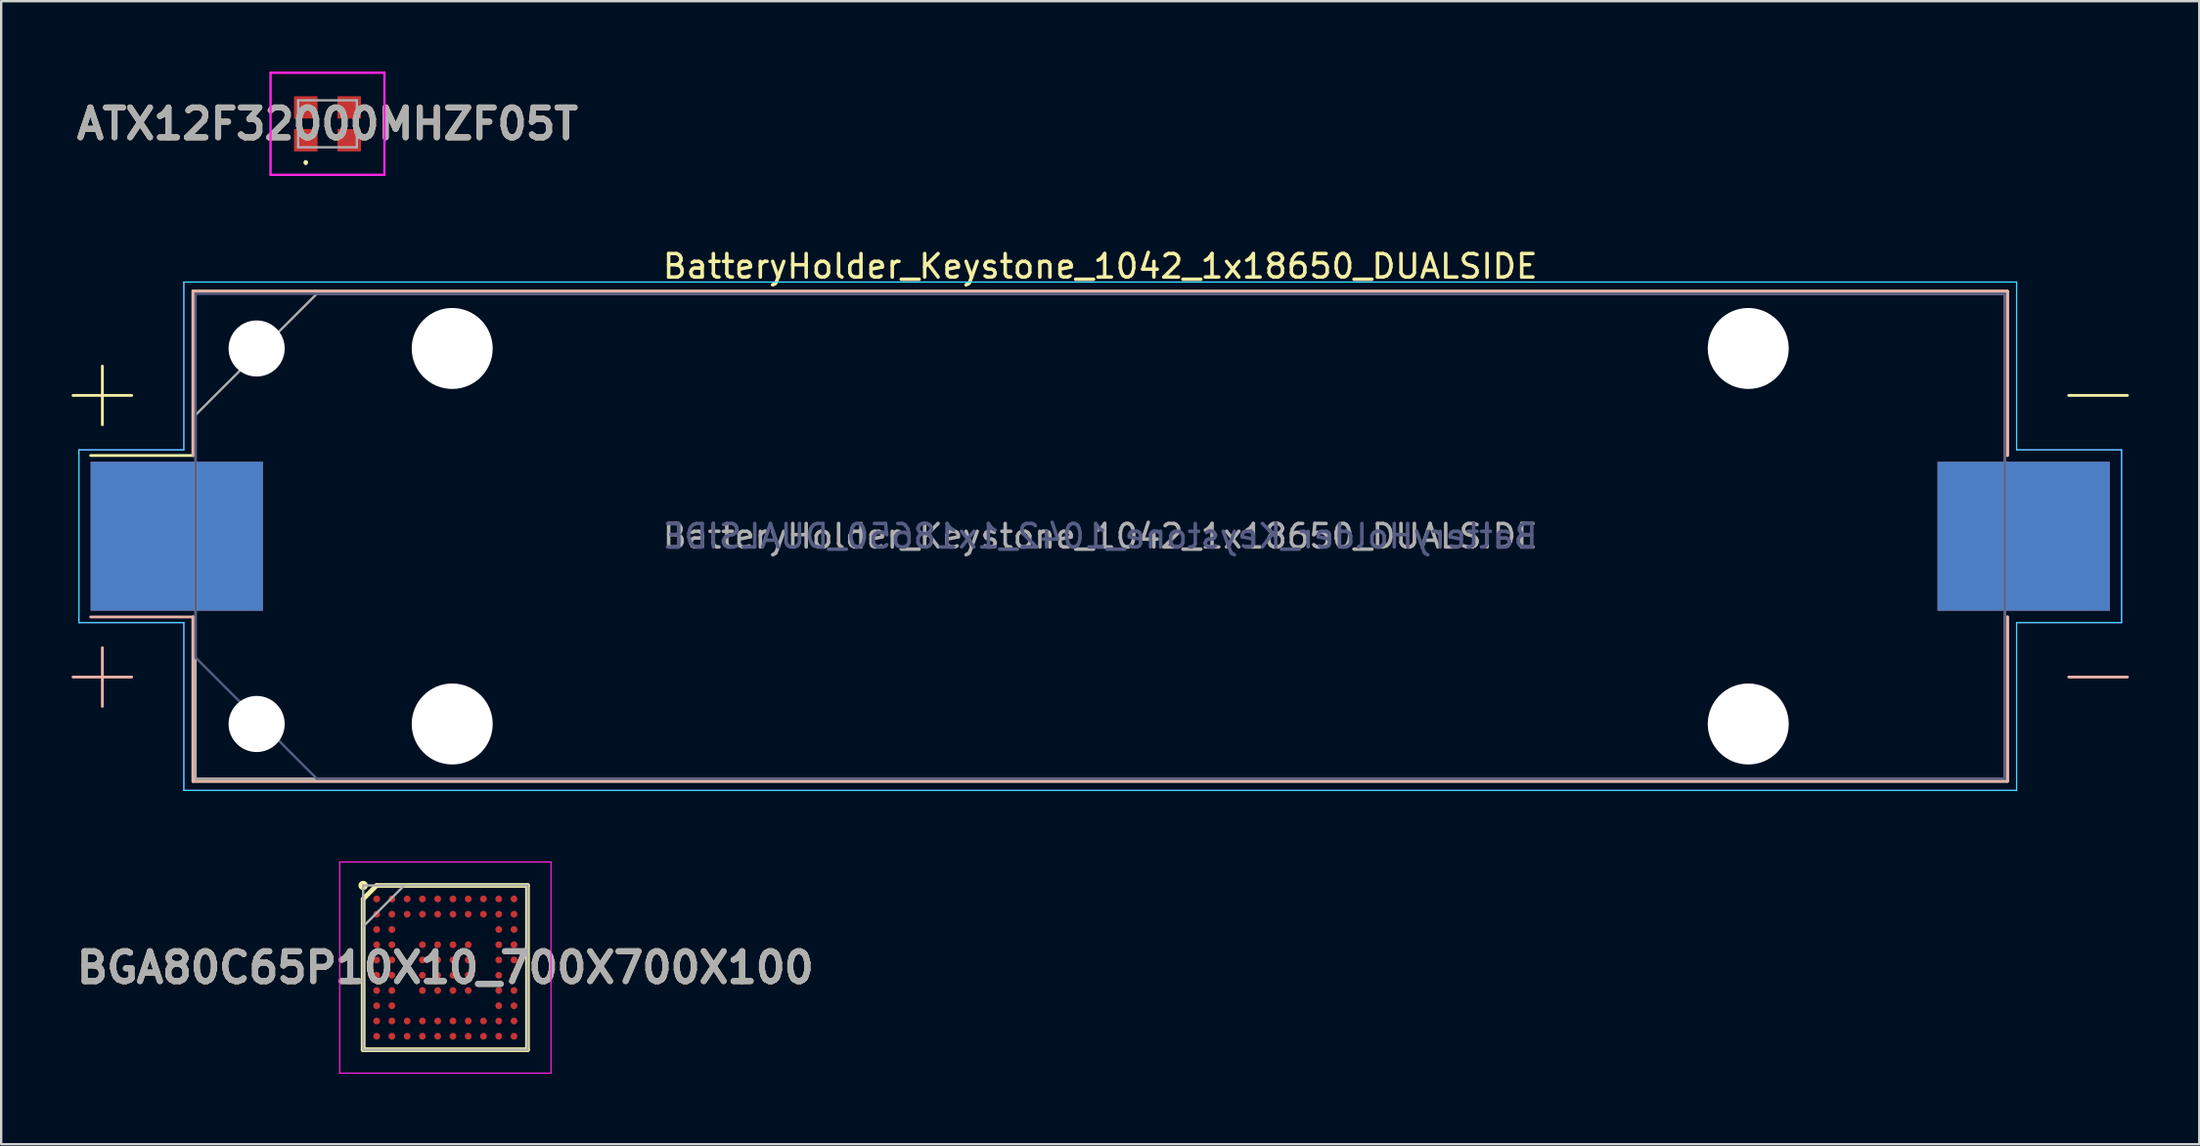
<source format=kicad_pcb>
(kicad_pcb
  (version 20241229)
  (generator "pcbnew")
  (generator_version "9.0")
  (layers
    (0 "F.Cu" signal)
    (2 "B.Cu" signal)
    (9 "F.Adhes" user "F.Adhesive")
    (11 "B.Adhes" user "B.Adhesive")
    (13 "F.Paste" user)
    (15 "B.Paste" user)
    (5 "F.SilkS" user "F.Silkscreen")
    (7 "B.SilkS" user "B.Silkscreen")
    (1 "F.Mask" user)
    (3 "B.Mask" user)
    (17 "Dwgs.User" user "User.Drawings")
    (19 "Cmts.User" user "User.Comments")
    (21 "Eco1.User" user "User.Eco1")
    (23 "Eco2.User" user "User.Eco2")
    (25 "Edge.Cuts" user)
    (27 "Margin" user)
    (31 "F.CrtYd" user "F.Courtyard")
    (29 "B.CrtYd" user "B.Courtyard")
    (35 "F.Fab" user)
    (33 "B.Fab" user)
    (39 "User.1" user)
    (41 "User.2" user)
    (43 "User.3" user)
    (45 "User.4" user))
  (footprint "BatteryHolder_Keystone_1042_1x18650_DUALSIDE"
    (layer "F.Cu")
    (at 43.81 19.798)
    (property "Reference" "BatteryHolder_Keystone_1042_1x18650_DUALSIDE" (at 0 -11.5 0) (layer "F.SilkS") (effects (font (size 1 1) (thickness 0.15))))
    (attr smd)
    (fp_line (start -43.75 -6) (end -41.25 -6) (stroke (width 0.12) (type solid)) (layer "F.SilkS"))
    (fp_line (start -42.5 -4.75) (end -42.5 -7.25) (stroke (width 0.12) (type solid)) (layer "F.SilkS"))
    (fp_line (start -38.64 -10.44) (end -38.64 -3.44) (stroke (width 0.12) (type solid)) (layer "F.SilkS"))
    (fp_line (start -38.64 -3.44) (end -43 -3.44) (stroke (width 0.12) (type solid)) (layer "F.SilkS"))
    (fp_line (start -38.64 10.44) (end -38.64 3.44) (stroke (width 0.12) (type solid)) (layer "F.SilkS"))
    (fp_line (start 38.64 -10.44) (end -38.64 -10.44) (stroke (width 0.12) (type solid)) (layer "F.SilkS"))
    (fp_line (start 38.64 -3.44) (end 38.64 -10.42) (stroke (width 0.12) (type solid)) (layer "F.SilkS"))
    (fp_line (start 38.64 3.44) (end 38.64 10.44) (stroke (width 0.12) (type solid)) (layer "F.SilkS"))
    (fp_line (start 38.64 10.44) (end -38.64 10.44) (stroke (width 0.12) (type solid)) (layer "F.SilkS"))
    (fp_line (start 43.75 -6) (end 41.25 -6) (stroke (width 0.12) (type solid)) (layer "F.SilkS"))
    (fp_line (start -43.75 6) (end -41.25 6) (stroke (width 0.12) (type solid)) (layer "B.SilkS"))
    (fp_line (start -42.5 4.75) (end -42.5 7.25) (stroke (width 0.12) (type solid)) (layer "B.SilkS"))
    (fp_line (start -38.64 -10.44) (end -38.64 -3.44) (stroke (width 0.12) (type solid)) (layer "B.SilkS"))
    (fp_line (start -38.64 3.44) (end -43 3.44) (stroke (width 0.12) (type solid)) (layer "B.SilkS"))
    (fp_line (start -38.64 10.44) (end -38.64 3.44) (stroke (width 0.12) (type solid)) (layer "B.SilkS"))
    (fp_line (start 38.64 -10.44) (end -38.64 -10.44) (stroke (width 0.12) (type solid)) (layer "B.SilkS"))
    (fp_line (start 38.64 -3.44) (end 38.64 -10.44) (stroke (width 0.12) (type solid)) (layer "B.SilkS"))
    (fp_line (start 38.64 3.44) (end 38.64 10.42) (stroke (width 0.12) (type solid)) (layer "B.SilkS"))
    (fp_line (start 38.64 10.44) (end -38.64 10.44) (stroke (width 0.12) (type solid)) (layer "B.SilkS"))
    (fp_line (start 43.75 6) (end 41.25 6) (stroke (width 0.12) (type solid)) (layer "B.SilkS"))
    (fp_line (start -43.5 -3.68) (end -43.5 3.68) (stroke (width 0.05) (type solid)) (layer "B.CrtYd"))
    (fp_line (start -43.5 3.68) (end -39.03 3.68) (stroke (width 0.05) (type solid)) (layer "B.CrtYd"))
    (fp_line (start -39.03 -10.83) (end -39.03 -3.68) (stroke (width 0.05) (type solid)) (layer "B.CrtYd"))
    (fp_line (start -39.03 -10.83) (end 39.03 -10.83) (stroke (width 0.05) (type solid)) (layer "B.CrtYd"))
    (fp_line (start -39.03 -3.68) (end -43.5 -3.68) (stroke (width 0.05) (type solid)) (layer "B.CrtYd"))
    (fp_line (start -39.03 10.83) (end -39.03 3.68) (stroke (width 0.05) (type solid)) (layer "B.CrtYd"))
    (fp_line (start -39.03 10.83) (end 39.03 10.83) (stroke (width 0.05) (type solid)) (layer "B.CrtYd"))
    (fp_line (start 39.03 -10.83) (end 39.03 -3.68) (stroke (width 0.05) (type solid)) (layer "B.CrtYd"))
    (fp_line (start 39.03 -3.68) (end 43.5 -3.68) (stroke (width 0.05) (type solid)) (layer "B.CrtYd"))
    (fp_line (start 39.03 10.83) (end 39.03 3.68) (stroke (width 0.05) (type solid)) (layer "B.CrtYd"))
    (fp_line (start 43.5 -3.68) (end 43.5 3.68) (stroke (width 0.05) (type solid)) (layer "B.CrtYd"))
    (fp_line (start 43.5 3.68) (end 39.03 3.68) (stroke (width 0.05) (type solid)) (layer "B.CrtYd"))
    (fp_line (start -43.5 -3.68) (end -39.03 -3.68) (stroke (width 0.05) (type solid)) (layer "F.CrtYd"))
    (fp_line (start -43.5 3.68) (end -43.5 -3.68) (stroke (width 0.05) (type solid)) (layer "F.CrtYd"))
    (fp_line (start -39.03 -10.83) (end -39.03 -3.68) (stroke (width 0.05) (type solid)) (layer "F.CrtYd"))
    (fp_line (start -39.03 -10.83) (end 39.03 -10.83) (stroke (width 0.05) (type solid)) (layer "F.CrtYd"))
    (fp_line (start -39.03 3.68) (end -43.5 3.68) (stroke (width 0.05) (type solid)) (layer "F.CrtYd"))
    (fp_line (start -39.03 10.83) (end -39.03 3.68) (stroke (width 0.05) (type solid)) (layer "F.CrtYd"))
    (fp_line (start -39.03 10.83) (end 39.03 10.83) (stroke (width 0.05) (type solid)) (layer "F.CrtYd"))
    (fp_line (start 39.03 -10.83) (end 39.03 -3.68) (stroke (width 0.05) (type solid)) (layer "F.CrtYd"))
    (fp_line (start 39.03 3.68) (end 43.5 3.68) (stroke (width 0.05) (type solid)) (layer "F.CrtYd"))
    (fp_line (start 39.03 10.83) (end 39.03 3.68) (stroke (width 0.05) (type solid)) (layer "F.CrtYd"))
    (fp_line (start 43.5 -3.68) (end 39.03 -3.68) (stroke (width 0.05) (type solid)) (layer "F.CrtYd"))
    (fp_line (start 43.5 3.68) (end 43.5 -3.68) (stroke (width 0.05) (type solid)) (layer "F.CrtYd"))
    (fp_line (start -38.53 -10.33) (end 38.53 -10.33) (stroke (width 0.1) (type solid)) (layer "B.Fab"))
    (fp_line (start -38.53 5.168) (end -38.53 -10.33) (stroke (width 0.1) (type solid)) (layer "B.Fab"))
    (fp_line (start -33.367 10.33) (end -38.53 5.168) (stroke (width 0.1) (type solid)) (layer "B.Fab"))
    (fp_line (start -33.367 10.33) (end 38.53 10.33) (stroke (width 0.1) (type solid)) (layer "B.Fab"))
    (fp_line (start 38.53 10.33) (end 38.53 -10.33) (stroke (width 0.1) (type solid)) (layer "B.Fab"))
    (fp_line (start -38.53 -5.168) (end -38.53 10.33) (stroke (width 0.1) (type solid)) (layer "F.Fab"))
    (fp_line (start -38.53 10.33) (end 38.53 10.33) (stroke (width 0.1) (type solid)) (layer "F.Fab"))
    (fp_line (start -33.367 -10.33) (end -38.53 -5.168) (stroke (width 0.1) (type solid)) (layer "F.Fab"))
    (fp_line (start -33.367 -10.33) (end 38.53 -10.33) (stroke (width 0.1) (type solid)) (layer "F.Fab"))
    (fp_line (start 38.53 -10.33) (end 38.53 10.33) (stroke (width 0.1) (type solid)) (layer "F.Fab"))
    (fp_text user "${REFERENCE}" (at 0 0 180) (layer "B.Fab") (effects (font (size 1 1) (thickness 0.15)) (justify mirror)))
    (fp_text user "${REFERENCE}" (at 0 0 0) (layer "F.Fab") (effects (font (size 1 1) (thickness 0.15))))
    (pad "" np_thru_hole circle (at -35.93 -8) (size 2.39 2.39) (drill 2.39) (layers "*.Cu" "*.Mask"))
    (pad "" np_thru_hole circle (at -35.93 8 180) (size 2.39 2.39) (drill 2.39) (layers "*.Cu" "*.Mask"))
    (pad "" np_thru_hole circle (at -27.6 -8 180) (size 3.45 3.45) (drill 3.45) (layers "*.Cu" "*.Mask"))
    (pad "" np_thru_hole circle (at -27.6 8) (size 3.45 3.45) (drill 3.45) (layers "*.Cu" "*.Mask"))
    (pad "" np_thru_hole circle (at 27.6 -8) (size 3.45 3.45) (drill 3.45) (layers "*.Cu" "*.Mask"))
    (pad "" np_thru_hole circle (at 27.6 8 180) (size 3.45 3.45) (drill 3.45) (layers "*.Cu" "*.Mask"))
    (pad "1" smd rect (at -39.33 0) (size 7.34 6.35) (layers "F.Cu" "F.Mask" "F.Paste"))
    (pad "1" smd rect (at -39.33 0 180) (size 7.34 6.35) (layers "B.Cu" "B.Mask" "B.Paste"))
    (pad "2" smd rect (at 39.33 0) (size 7.34 6.35) (layers "F.Cu" "F.Mask" "F.Paste"))
    (pad "2" smd rect (at 39.33 0 180) (size 7.34 6.35) (layers "B.Cu" "B.Mask" "B.Paste")))
  (footprint "BGA80C65P10X10_700X700X100"
    (layer "F.Cu")
    (at 15.917 38.178)
    (property "Reference" "BGA80C65P10X10_700X700X100" (at 0 0 0) (layer "F.SilkS") (effects (font (size 1.27 1.27) (thickness 0.254))))
    (attr smd)
    (fp_line (start -3.5 -2.925) (end -2.925 -3.5) (stroke (width 0.2) (type solid)) (layer "F.SilkS"))
    (fp_line (start -3.5 3.5) (end -3.5 -2.925) (stroke (width 0.2) (type solid)) (layer "F.SilkS"))
    (fp_line (start -2.925 -3.5) (end 3.5 -3.5) (stroke (width 0.2) (type solid)) (layer "F.SilkS"))
    (fp_line (start 3.5 -3.5) (end 3.5 3.5) (stroke (width 0.2) (type solid)) (layer "F.SilkS"))
    (fp_line (start 3.5 3.5) (end -3.5 3.5) (stroke (width 0.2) (type solid)) (layer "F.SilkS"))
    (fp_circle (center -3.5 -3.5) (end -3.5 -3.4) (stroke (width 0.2) (type solid)) (fill no) (layer "F.SilkS"))
    (fp_line (start -4.5 -4.5) (end 4.5 -4.5) (stroke (width 0.05) (type solid)) (layer "F.CrtYd"))
    (fp_line (start -4.5 4.5) (end -4.5 -4.5) (stroke (width 0.05) (type solid)) (layer "F.CrtYd"))
    (fp_line (start 4.5 -4.5) (end 4.5 4.5) (stroke (width 0.05) (type solid)) (layer "F.CrtYd"))
    (fp_line (start 4.5 4.5) (end -4.5 4.5) (stroke (width 0.05) (type solid)) (layer "F.CrtYd"))
    (fp_line (start -3.5 -3.5) (end 3.5 -3.5) (stroke (width 0.1) (type solid)) (layer "F.Fab"))
    (fp_line (start -3.5 -1.75) (end -1.75 -3.5) (stroke (width 0.1) (type solid)) (layer "F.Fab"))
    (fp_line (start -3.5 3.5) (end -3.5 -3.5) (stroke (width 0.1) (type solid)) (layer "F.Fab"))
    (fp_line (start 3.5 -3.5) (end 3.5 3.5) (stroke (width 0.1) (type solid)) (layer "F.Fab"))
    (fp_line (start 3.5 3.5) (end -3.5 3.5) (stroke (width 0.1) (type solid)) (layer "F.Fab"))
    (fp_text user "${REFERENCE}" (at 0 0 0) (layer "F.Fab") (effects (font (size 1.27 1.27) (thickness 0.254))))
    (pad "A1" smd circle (at -2.925 -2.925 90) (size 0.29 0.29) (layers "F.Cu" "F.Mask" "F.Paste"))
    (pad "A2" smd circle (at -2.275 -2.925 90) (size 0.29 0.29) (layers "F.Cu" "F.Mask" "F.Paste"))
    (pad "A3" smd circle (at -1.625 -2.925 90) (size 0.29 0.29) (layers "F.Cu" "F.Mask" "F.Paste"))
    (pad "A4" smd circle (at -0.975 -2.925 90) (size 0.29 0.29) (layers "F.Cu" "F.Mask" "F.Paste"))
    (pad "A5" smd circle (at -0.325 -2.925 90) (size 0.29 0.29) (layers "F.Cu" "F.Mask" "F.Paste"))
    (pad "A6" smd circle (at 0.325 -2.925 90) (size 0.29 0.29) (layers "F.Cu" "F.Mask" "F.Paste"))
    (pad "A7" smd circle (at 0.975 -2.925 90) (size 0.29 0.29) (layers "F.Cu" "F.Mask" "F.Paste"))
    (pad "A8" smd circle (at 1.625 -2.925 90) (size 0.29 0.29) (layers "F.Cu" "F.Mask" "F.Paste"))
    (pad "A9" smd circle (at 2.275 -2.925 90) (size 0.29 0.29) (layers "F.Cu" "F.Mask" "F.Paste"))
    (pad "A10" smd circle (at 2.925 -2.925 90) (size 0.29 0.29) (layers "F.Cu" "F.Mask" "F.Paste"))
    (pad "B1" smd circle (at -2.925 -2.275 90) (size 0.29 0.29) (layers "F.Cu" "F.Mask" "F.Paste"))
    (pad "B2" smd circle (at -2.275 -2.275 90) (size 0.29 0.29) (layers "F.Cu" "F.Mask" "F.Paste"))
    (pad "B3" smd circle (at -1.625 -2.275 90) (size 0.29 0.29) (layers "F.Cu" "F.Mask" "F.Paste"))
    (pad "B4" smd circle (at -0.975 -2.275 90) (size 0.29 0.29) (layers "F.Cu" "F.Mask" "F.Paste"))
    (pad "B5" smd circle (at -0.325 -2.275 90) (size 0.29 0.29) (layers "F.Cu" "F.Mask" "F.Paste"))
    (pad "B6" smd circle (at 0.325 -2.275 90) (size 0.29 0.29) (layers "F.Cu" "F.Mask" "F.Paste"))
    (pad "B7" smd circle (at 0.975 -2.275 90) (size 0.29 0.29) (layers "F.Cu" "F.Mask" "F.Paste"))
    (pad "B8" smd circle (at 1.625 -2.275 90) (size 0.29 0.29) (layers "F.Cu" "F.Mask" "F.Paste"))
    (pad "B9" smd circle (at 2.275 -2.275 90) (size 0.29 0.29) (layers "F.Cu" "F.Mask" "F.Paste"))
    (pad "B10" smd circle (at 2.925 -2.275 90) (size 0.29 0.29) (layers "F.Cu" "F.Mask" "F.Paste"))
    (pad "C1" smd circle (at -2.925 -1.625 90) (size 0.29 0.29) (layers "F.Cu" "F.Mask" "F.Paste"))
    (pad "C2" smd circle (at -2.275 -1.625 90) (size 0.29 0.29) (layers "F.Cu" "F.Mask" "F.Paste"))
    (pad "C9" smd circle (at 2.275 -1.625 90) (size 0.29 0.29) (layers "F.Cu" "F.Mask" "F.Paste"))
    (pad "C10" smd circle (at 2.925 -1.625 90) (size 0.29 0.29) (layers "F.Cu" "F.Mask" "F.Paste"))
    (pad "D1" smd circle (at -2.925 -0.975 90) (size 0.29 0.29) (layers "F.Cu" "F.Mask" "F.Paste"))
    (pad "D2" smd circle (at -2.275 -0.975 90) (size 0.29 0.29) (layers "F.Cu" "F.Mask" "F.Paste"))
    (pad "D4" smd circle (at -0.975 -0.975 90) (size 0.29 0.29) (layers "F.Cu" "F.Mask" "F.Paste"))
    (pad "D5" smd circle (at -0.325 -0.975 90) (size 0.29 0.29) (layers "F.Cu" "F.Mask" "F.Paste"))
    (pad "D6" smd circle (at 0.325 -0.975 90) (size 0.29 0.29) (layers "F.Cu" "F.Mask" "F.Paste"))
    (pad "D7" smd circle (at 0.975 -0.975 90) (size 0.29 0.29) (layers "F.Cu" "F.Mask" "F.Paste"))
    (pad "D9" smd circle (at 2.275 -0.975 90) (size 0.29 0.29) (layers "F.Cu" "F.Mask" "F.Paste"))
    (pad "D10" smd circle (at 2.925 -0.975 90) (size 0.29 0.29) (layers "F.Cu" "F.Mask" "F.Paste"))
    (pad "E1" smd circle (at -2.925 -0.325 90) (size 0.29 0.29) (layers "F.Cu" "F.Mask" "F.Paste"))
    (pad "E2" smd circle (at -2.275 -0.325 90) (size 0.29 0.29) (layers "F.Cu" "F.Mask" "F.Paste"))
    (pad "E4" smd circle (at -0.975 -0.325 90) (size 0.29 0.29) (layers "F.Cu" "F.Mask" "F.Paste"))
    (pad "E5" smd circle (at -0.325 -0.325 90) (size 0.29 0.29) (layers "F.Cu" "F.Mask" "F.Paste"))
    (pad "E6" smd circle (at 0.325 -0.325 90) (size 0.29 0.29) (layers "F.Cu" "F.Mask" "F.Paste"))
    (pad "E7" smd circle (at 0.975 -0.325 90) (size 0.29 0.29) (layers "F.Cu" "F.Mask" "F.Paste"))
    (pad "E9" smd circle (at 2.275 -0.325 90) (size 0.29 0.29) (layers "F.Cu" "F.Mask" "F.Paste"))
    (pad "E10" smd circle (at 2.925 -0.325 90) (size 0.29 0.29) (layers "F.Cu" "F.Mask" "F.Paste"))
    (pad "F1" smd circle (at -2.925 0.325 90) (size 0.29 0.29) (layers "F.Cu" "F.Mask" "F.Paste"))
    (pad "F2" smd circle (at -2.275 0.325 90) (size 0.29 0.29) (layers "F.Cu" "F.Mask" "F.Paste"))
    (pad "F4" smd circle (at -0.975 0.325 90) (size 0.29 0.29) (layers "F.Cu" "F.Mask" "F.Paste"))
    (pad "F5" smd circle (at -0.325 0.325 90) (size 0.29 0.29) (layers "F.Cu" "F.Mask" "F.Paste"))
    (pad "F6" smd circle (at 0.325 0.325 90) (size 0.29 0.29) (layers "F.Cu" "F.Mask" "F.Paste"))
    (pad "F7" smd circle (at 0.975 0.325 90) (size 0.29 0.29) (layers "F.Cu" "F.Mask" "F.Paste"))
    (pad "F9" smd circle (at 2.275 0.325 90) (size 0.29 0.29) (layers "F.Cu" "F.Mask" "F.Paste"))
    (pad "F10" smd circle (at 2.925 0.325 90) (size 0.29 0.29) (layers "F.Cu" "F.Mask" "F.Paste"))
    (pad "G1" smd circle (at -2.925 0.975 90) (size 0.29 0.29) (layers "F.Cu" "F.Mask" "F.Paste"))
    (pad "G2" smd circle (at -2.275 0.975 90) (size 0.29 0.29) (layers "F.Cu" "F.Mask" "F.Paste"))
    (pad "G4" smd circle (at -0.975 0.975 90) (size 0.29 0.29) (layers "F.Cu" "F.Mask" "F.Paste"))
    (pad "G5" smd circle (at -0.325 0.975 90) (size 0.29 0.29) (layers "F.Cu" "F.Mask" "F.Paste"))
    (pad "G6" smd circle (at 0.325 0.975 90) (size 0.29 0.29) (layers "F.Cu" "F.Mask" "F.Paste"))
    (pad "G7" smd circle (at 0.975 0.975 90) (size 0.29 0.29) (layers "F.Cu" "F.Mask" "F.Paste"))
    (pad "G9" smd circle (at 2.275 0.975 90) (size 0.29 0.29) (layers "F.Cu" "F.Mask" "F.Paste"))
    (pad "G10" smd circle (at 2.925 0.975 90) (size 0.29 0.29) (layers "F.Cu" "F.Mask" "F.Paste"))
    (pad "H1" smd circle (at -2.925 1.625 90) (size 0.29 0.29) (layers "F.Cu" "F.Mask" "F.Paste"))
    (pad "H2" smd circle (at -2.275 1.625 90) (size 0.29 0.29) (layers "F.Cu" "F.Mask" "F.Paste"))
    (pad "H9" smd circle (at 2.275 1.625 90) (size 0.29 0.29) (layers "F.Cu" "F.Mask" "F.Paste"))
    (pad "H10" smd circle (at 2.925 1.625 90) (size 0.29 0.29) (layers "F.Cu" "F.Mask" "F.Paste"))
    (pad "J1" smd circle (at -2.925 2.275 90) (size 0.29 0.29) (layers "F.Cu" "F.Mask" "F.Paste"))
    (pad "J2" smd circle (at -2.275 2.275 90) (size 0.29 0.29) (layers "F.Cu" "F.Mask" "F.Paste"))
    (pad "J3" smd circle (at -1.625 2.275 90) (size 0.29 0.29) (layers "F.Cu" "F.Mask" "F.Paste"))
    (pad "J4" smd circle (at -0.975 2.275 90) (size 0.29 0.29) (layers "F.Cu" "F.Mask" "F.Paste"))
    (pad "J5" smd circle (at -0.325 2.275 90) (size 0.29 0.29) (layers "F.Cu" "F.Mask" "F.Paste"))
    (pad "J6" smd circle (at 0.325 2.275 90) (size 0.29 0.29) (layers "F.Cu" "F.Mask" "F.Paste"))
    (pad "J7" smd circle (at 0.975 2.275 90) (size 0.29 0.29) (layers "F.Cu" "F.Mask" "F.Paste"))
    (pad "J8" smd circle (at 1.625 2.275 90) (size 0.29 0.29) (layers "F.Cu" "F.Mask" "F.Paste"))
    (pad "J9" smd circle (at 2.275 2.275 90) (size 0.29 0.29) (layers "F.Cu" "F.Mask" "F.Paste"))
    (pad "J10" smd circle (at 2.925 2.275 90) (size 0.29 0.29) (layers "F.Cu" "F.Mask" "F.Paste"))
    (pad "K1" smd circle (at -2.925 2.925 90) (size 0.29 0.29) (layers "F.Cu" "F.Mask" "F.Paste"))
    (pad "K2" smd circle (at -2.275 2.925 90) (size 0.29 0.29) (layers "F.Cu" "F.Mask" "F.Paste"))
    (pad "K3" smd circle (at -1.625 2.925 90) (size 0.29 0.29) (layers "F.Cu" "F.Mask" "F.Paste"))
    (pad "K4" smd circle (at -0.975 2.925 90) (size 0.29 0.29) (layers "F.Cu" "F.Mask" "F.Paste"))
    (pad "K5" smd circle (at -0.325 2.925 90) (size 0.29 0.29) (layers "F.Cu" "F.Mask" "F.Paste"))
    (pad "K6" smd circle (at 0.325 2.925 90) (size 0.29 0.29) (layers "F.Cu" "F.Mask" "F.Paste"))
    (pad "K7" smd circle (at 0.975 2.925 90) (size 0.29 0.29) (layers "F.Cu" "F.Mask" "F.Paste"))
    (pad "K8" smd circle (at 1.625 2.925 90) (size 0.29 0.29) (layers "F.Cu" "F.Mask" "F.Paste"))
    (pad "K9" smd circle (at 2.275 2.925 90) (size 0.29 0.29) (layers "F.Cu" "F.Mask" "F.Paste"))
    (pad "K10" smd circle (at 2.925 2.925 90) (size 0.29 0.29) (layers "F.Cu" "F.Mask" "F.Paste")))
  (footprint "ATX12F32000MHZF05T"
    (layer "F.Cu")
    (at 10.898 2.225)
    (property "Reference" "ATX12F32000MHZF05T" (at 0 0 0) (layer "F.SilkS") (effects (font (size 1.27 1.27) (thickness 0.254))))
    (attr smd)
    (fp_line (start -0.925 1.6) (end -0.925 1.6) (stroke (width 0.1) (type solid)) (layer "F.SilkS"))
    (fp_line (start -0.925 1.7) (end -0.925 1.7) (stroke (width 0.1) (type solid)) (layer "F.SilkS"))
    (fp_arc (start -0.925 1.6) (mid -0.875 1.65) (end -0.925 1.7) (stroke (width 0.1) (type solid)) (layer "F.SilkS"))
    (fp_arc (start -0.925 1.7) (mid -0.975 1.65) (end -0.925 1.6) (stroke (width 0.1) (type solid)) (layer "F.SilkS"))
    (fp_line (start -2.425 -2.175) (end 2.425 -2.175) (stroke (width 0.1) (type solid)) (layer "F.CrtYd"))
    (fp_line (start -2.425 2.175) (end -2.425 -2.175) (stroke (width 0.1) (type solid)) (layer "F.CrtYd"))
    (fp_line (start 2.425 -2.175) (end 2.425 2.175) (stroke (width 0.1) (type solid)) (layer "F.CrtYd"))
    (fp_line (start 2.425 2.175) (end -2.425 2.175) (stroke (width 0.1) (type solid)) (layer "F.CrtYd"))
    (fp_line (start -1.25 -1) (end 1.25 -1) (stroke (width 0.1) (type solid)) (layer "F.Fab"))
    (fp_line (start -1.25 1) (end -1.25 -1) (stroke (width 0.1) (type solid)) (layer "F.Fab"))
    (fp_line (start 1.25 -1) (end 1.25 1) (stroke (width 0.1) (type solid)) (layer "F.Fab"))
    (fp_line (start 1.25 1) (end -1.25 1) (stroke (width 0.1) (type solid)) (layer "F.Fab"))
    (fp_text user "${REFERENCE}" (at 0 0 0) (layer "F.Fab") (effects (font (size 1.27 1.27) (thickness 0.254))))
    (pad "1" smd rect (at -0.925 0.7 90) (size 0.95 1) (layers "F.Cu" "F.Mask" "F.Paste"))
    (pad "2" smd rect (at 0.925 0.7 90) (size 0.95 1) (layers "F.Cu" "F.Mask" "F.Paste"))
    (pad "3" smd rect (at 0.925 -0.7 90) (size 0.95 1) (layers "F.Cu" "F.Mask" "F.Paste"))
    (pad "4" smd rect (at -0.925 -0.7 90) (size 0.95 1) (layers "F.Cu" "F.Mask" "F.Paste")))
  (gr_rect
    (start -3 -3)
    (end 90.62 45.703)
    (stroke (width 0.1) (type default))
    (fill no)
    (layer "Edge.Cuts")))
</source>
